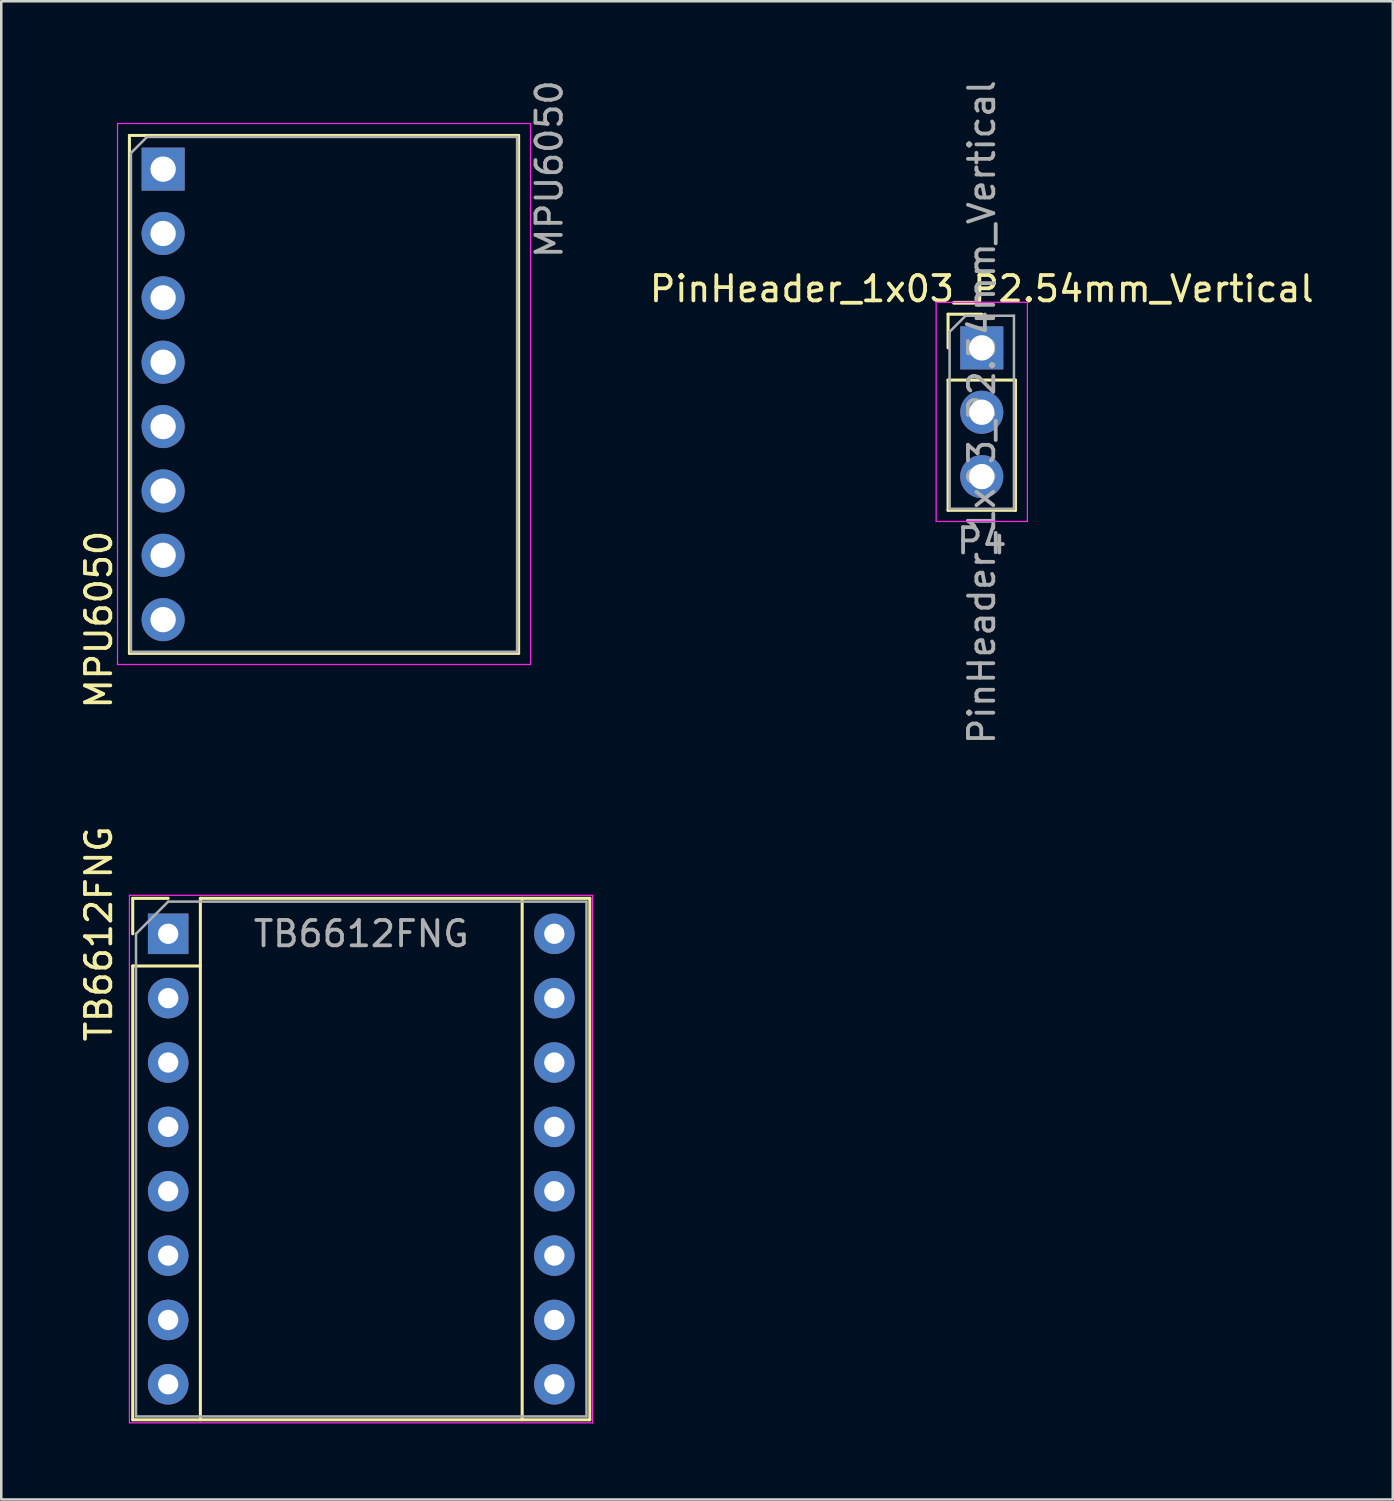
<source format=kicad_pcb>
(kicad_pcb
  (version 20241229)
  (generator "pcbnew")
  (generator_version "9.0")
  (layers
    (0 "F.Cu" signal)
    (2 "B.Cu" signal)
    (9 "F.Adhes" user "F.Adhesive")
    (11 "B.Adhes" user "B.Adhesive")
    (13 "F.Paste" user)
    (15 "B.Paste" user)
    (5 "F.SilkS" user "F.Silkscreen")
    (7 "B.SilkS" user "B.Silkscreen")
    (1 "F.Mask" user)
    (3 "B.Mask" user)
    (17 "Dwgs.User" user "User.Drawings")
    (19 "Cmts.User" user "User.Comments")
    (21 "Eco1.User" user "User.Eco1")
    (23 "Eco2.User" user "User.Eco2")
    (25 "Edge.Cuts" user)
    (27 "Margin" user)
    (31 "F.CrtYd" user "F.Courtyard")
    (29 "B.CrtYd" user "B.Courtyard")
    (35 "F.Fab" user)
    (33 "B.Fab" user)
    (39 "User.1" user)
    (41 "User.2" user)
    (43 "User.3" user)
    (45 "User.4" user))
  (footprint "MPU6050"
    (layer "F.Cu")
    (at 3.388 3.625)
    (property "Reference" "MPU6050" (at -2.54 17.78 90) (layer "F.SilkS") (effects (font (size 1 1) (thickness 0.15))))
    (attr through_hole)
    (fp_line (start -1.33 -1.33) (end -1.33 19.11) (stroke (width 0.12) (type solid)) (layer "F.SilkS"))
    (fp_line (start -1.33 -1.33) (end 14.03 -1.33) (stroke (width 0.12) (type solid)) (layer "F.SilkS"))
    (fp_line (start -1.33 19.11) (end 14.03 19.11) (stroke (width 0.12) (type solid)) (layer "F.SilkS"))
    (fp_line (start 14.03 -1.33) (end 14.03 19.11) (stroke (width 0.12) (type solid)) (layer "F.SilkS"))
    (fp_line (start -1.8 -1.8) (end -1.8 19.55) (stroke (width 0.05) (type solid)) (layer "F.CrtYd"))
    (fp_line (start -1.8 19.55) (end 14.5 19.55) (stroke (width 0.05) (type solid)) (layer "F.CrtYd"))
    (fp_line (start 14.5 -1.8) (end -1.8 -1.8) (stroke (width 0.05) (type solid)) (layer "F.CrtYd"))
    (fp_line (start 14.5 19.55) (end 14.5 -1.8) (stroke (width 0.05) (type solid)) (layer "F.CrtYd"))
    (fp_line (start -1.27 -0.635) (end -0.635 -1.27) (stroke (width 0.1) (type solid)) (layer "F.Fab"))
    (fp_line (start -1.27 19.05) (end -1.27 -0.635) (stroke (width 0.1) (type solid)) (layer "F.Fab"))
    (fp_line (start -0.635 -1.27) (end 13.97 -1.27) (stroke (width 0.1) (type solid)) (layer "F.Fab"))
    (fp_line (start 13.97 -1.27) (end 13.97 19.05) (stroke (width 0.1) (type solid)) (layer "F.Fab"))
    (fp_line (start 13.97 19.05) (end -1.27 19.05) (stroke (width 0.1) (type solid)) (layer "F.Fab"))
    (fp_text user "${REFERENCE}" (at 15.24 0 90) (layer "F.Fab") (effects (font (size 1 1) (thickness 0.15))))
    (pad "1" thru_hole rect (at 0 0) (size 1.7 1.7) (drill 1) (layers "*.Cu" "*.Mask"))
    (pad "2" thru_hole oval (at 0 2.54) (size 1.7 1.7) (drill 1) (layers "*.Cu" "*.Mask"))
    (pad "3" thru_hole oval (at 0 5.08) (size 1.7 1.7) (drill 1) (layers "*.Cu" "*.Mask"))
    (pad "4" thru_hole oval (at 0 7.62) (size 1.7 1.7) (drill 1) (layers "*.Cu" "*.Mask"))
    (pad "5" thru_hole oval (at 0 10.16) (size 1.7 1.7) (drill 1) (layers "*.Cu" "*.Mask"))
    (pad "6" thru_hole oval (at 0 12.7) (size 1.7 1.7) (drill 1) (layers "*.Cu" "*.Mask"))
    (pad "7" thru_hole oval (at 0 15.24) (size 1.7 1.7) (drill 1) (layers "*.Cu" "*.Mask"))
    (pad "8" thru_hole oval (at 0 17.78) (size 1.7 1.7) (drill 1) (layers "*.Cu" "*.Mask")))
  (footprint "TB6612FNG"
    (layer "F.Cu")
    (at 3.588 33.804)
    (property "Reference" "TB6612FNG" (at -2.74 0 90) (layer "F.SilkS") (effects (font (size 1 1) (thickness 0.15))))
    (attr through_hole)
    (fp_line (start -1.4 -1.4) (end -1.4 0) (stroke (width 0.12) (type solid)) (layer "F.SilkS"))
    (fp_line (start -1.4 1.27) (end -1.4 19.18) (stroke (width 0.12) (type solid)) (layer "F.SilkS"))
    (fp_line (start -1.4 19.18) (end 16.64 19.18) (stroke (width 0.12) (type solid)) (layer "F.SilkS"))
    (fp_line (start 0 -1.4) (end -1.4 -1.4) (stroke (width 0.12) (type solid)) (layer "F.SilkS"))
    (fp_line (start 1.27 -1.4) (end 1.27 1.27) (stroke (width 0.12) (type solid)) (layer "F.SilkS"))
    (fp_line (start 1.27 1.27) (end -1.4 1.27) (stroke (width 0.12) (type solid)) (layer "F.SilkS"))
    (fp_line (start 1.27 1.27) (end 1.27 19.18) (stroke (width 0.12) (type solid)) (layer "F.SilkS"))
    (fp_line (start 13.97 -1.4) (end 13.97 19.18) (stroke (width 0.12) (type solid)) (layer "F.SilkS"))
    (fp_line (start 16.64 -1.4) (end 1.27 -1.4) (stroke (width 0.12) (type solid)) (layer "F.SilkS"))
    (fp_line (start 16.64 19.18) (end 16.64 -1.4) (stroke (width 0.12) (type solid)) (layer "F.SilkS"))
    (fp_line (start -1.53 -1.52) (end -1.53 19.3) (stroke (width 0.05) (type solid)) (layer "F.CrtYd"))
    (fp_line (start -1.53 -1.52) (end 16.75 -1.52) (stroke (width 0.05) (type solid)) (layer "F.CrtYd"))
    (fp_line (start 16.75 19.3) (end -1.53 19.3) (stroke (width 0.05) (type solid)) (layer "F.CrtYd"))
    (fp_line (start 16.75 19.3) (end 16.75 -1.52) (stroke (width 0.05) (type solid)) (layer "F.CrtYd"))
    (fp_line (start -1.27 0) (end 0 -1.27) (stroke (width 0.1) (type solid)) (layer "F.Fab"))
    (fp_line (start -1.27 19.05) (end -1.27 0) (stroke (width 0.1) (type solid)) (layer "F.Fab"))
    (fp_line (start 0 -1.27) (end 16.51 -1.27) (stroke (width 0.1) (type solid)) (layer "F.Fab"))
    (fp_line (start 16.51 -1.27) (end 16.51 19.05) (stroke (width 0.1) (type solid)) (layer "F.Fab"))
    (fp_line (start 16.51 19.05) (end -1.27 19.05) (stroke (width 0.1) (type solid)) (layer "F.Fab"))
    (fp_text user "${REFERENCE}" (at 7.62 0 0) (layer "F.Fab") (effects (font (size 1 1) (thickness 0.15))))
    (pad "1" thru_hole rect (at 0 0) (size 1.6 1.6) (drill 0.8) (layers "*.Cu" "*.Mask"))
    (pad "2" thru_hole oval (at 0 2.54) (size 1.6 1.6) (drill 0.8) (layers "*.Cu" "*.Mask"))
    (pad "3" thru_hole oval (at 0 5.08) (size 1.6 1.6) (drill 0.8) (layers "*.Cu" "*.Mask"))
    (pad "4" thru_hole oval (at 0 7.62) (size 1.6 1.6) (drill 0.8) (layers "*.Cu" "*.Mask"))
    (pad "5" thru_hole oval (at 0 10.16) (size 1.6 1.6) (drill 0.8) (layers "*.Cu" "*.Mask"))
    (pad "6" thru_hole oval (at 0 12.7) (size 1.6 1.6) (drill 0.8) (layers "*.Cu" "*.Mask"))
    (pad "7" thru_hole oval (at 0 15.24) (size 1.6 1.6) (drill 0.8) (layers "*.Cu" "*.Mask"))
    (pad "8" thru_hole oval (at 0 17.78) (size 1.6 1.6) (drill 0.8) (layers "*.Cu" "*.Mask"))
    (pad "9" thru_hole oval (at 15.24 17.78) (size 1.6 1.6) (drill 0.8) (layers "*.Cu" "*.Mask"))
    (pad "10" thru_hole oval (at 15.24 15.24) (size 1.6 1.6) (drill 0.8) (layers "*.Cu" "*.Mask"))
    (pad "11" thru_hole oval (at 15.24 12.7) (size 1.6 1.6) (drill 0.8) (layers "*.Cu" "*.Mask"))
    (pad "12" thru_hole oval (at 15.24 10.16) (size 1.6 1.6) (drill 0.8) (layers "*.Cu" "*.Mask"))
    (pad "13" thru_hole oval (at 15.24 7.62) (size 1.6 1.6) (drill 0.8) (layers "*.Cu" "*.Mask"))
    (pad "14" thru_hole oval (at 15.24 5.08) (size 1.6 1.6) (drill 0.8) (layers "*.Cu" "*.Mask"))
    (pad "15" thru_hole oval (at 15.24 2.54) (size 1.6 1.6) (drill 0.8) (layers "*.Cu" "*.Mask"))
    (pad "16" thru_hole oval (at 15.24 0) (size 1.6 1.6) (drill 0.8) (layers "*.Cu" "*.Mask")))
  (footprint "PinHeader_1x03_P2.54mm_Vertical"
    (layer "F.Cu")
    (at 35.697 10.68)
    (property "Reference" "PinHeader_1x03_P2.54mm_Vertical" (at 0 -2.33 0) (layer "F.SilkS") (effects (font (size 1 1) (thickness 0.15))))
    (attr through_hole)
    (fp_line (start -1.33 -1.33) (end 0 -1.33) (stroke (width 0.12) (type solid)) (layer "F.SilkS"))
    (fp_line (start -1.33 0) (end -1.33 -1.33) (stroke (width 0.12) (type solid)) (layer "F.SilkS"))
    (fp_line (start -1.33 1.27) (end -1.33 6.41) (stroke (width 0.12) (type solid)) (layer "F.SilkS"))
    (fp_line (start -1.33 1.27) (end 1.33 1.27) (stroke (width 0.12) (type solid)) (layer "F.SilkS"))
    (fp_line (start -1.33 6.41) (end 1.33 6.41) (stroke (width 0.12) (type solid)) (layer "F.SilkS"))
    (fp_line (start 1.33 1.27) (end 1.33 6.41) (stroke (width 0.12) (type solid)) (layer "F.SilkS"))
    (fp_line (start -1.8 -1.8) (end -1.8 6.85) (stroke (width 0.05) (type solid)) (layer "F.CrtYd"))
    (fp_line (start -1.8 6.85) (end 1.8 6.85) (stroke (width 0.05) (type solid)) (layer "F.CrtYd"))
    (fp_line (start 1.8 -1.8) (end -1.8 -1.8) (stroke (width 0.05) (type solid)) (layer "F.CrtYd"))
    (fp_line (start 1.8 6.85) (end 1.8 -1.8) (stroke (width 0.05) (type solid)) (layer "F.CrtYd"))
    (fp_line (start -1.27 -0.635) (end -0.635 -1.27) (stroke (width 0.1) (type solid)) (layer "F.Fab"))
    (fp_line (start -1.27 6.35) (end -1.27 -0.635) (stroke (width 0.1) (type solid)) (layer "F.Fab"))
    (fp_line (start -0.635 -1.27) (end 1.27 -1.27) (stroke (width 0.1) (type solid)) (layer "F.Fab"))
    (fp_line (start 1.27 -1.27) (end 1.27 6.35) (stroke (width 0.1) (type solid)) (layer "F.Fab"))
    (fp_line (start 1.27 6.35) (end -1.27 6.35) (stroke (width 0.1) (type solid)) (layer "F.Fab"))
    (fp_text user "${REFERENCE}" (at 0 2.54 90) (layer "F.Fab") (effects (font (size 1 1) (thickness 0.15))))
    (fp_text user "P4" (at 0 7.62 0) (layer "F.Fab") (effects (font (size 1 1) (thickness 0.15))))
    (pad "1" thru_hole rect (at 0 0) (size 1.7 1.7) (drill 1) (layers "*.Cu" "*.Mask"))
    (pad "2" thru_hole oval (at 0 2.54) (size 1.7 1.7) (drill 1) (layers "*.Cu" "*.Mask"))
    (pad "3" thru_hole oval (at 0 5.08) (size 1.7 1.7) (drill 1) (layers "*.Cu" "*.Mask")))
  (gr_rect
    (start -3 -3)
    (end 51.917 56.129)
    (stroke (width 0.1) (type default))
    (fill no)
    (layer "Edge.Cuts")))
</source>
